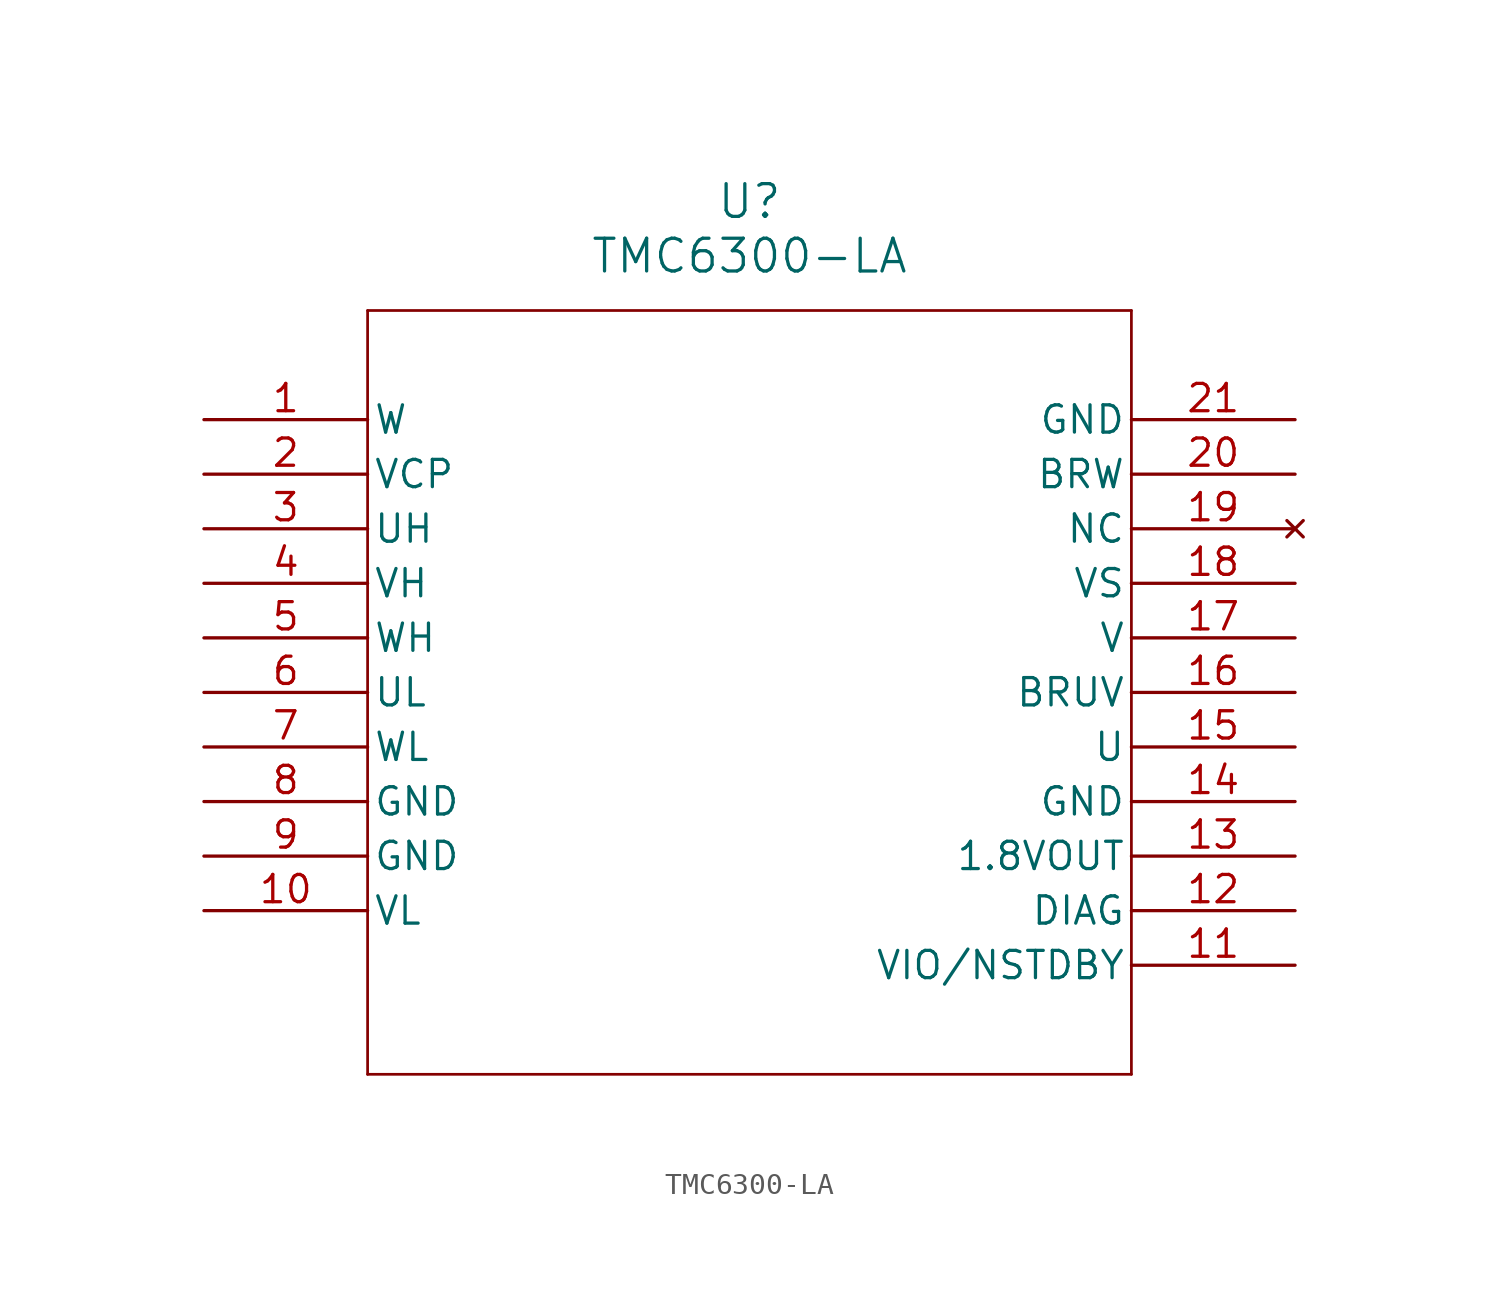
<source format=kicad_sym>
(kicad_symbol_lib
  (version 20211014)
  (generator kicad_symbol_editor)
  (symbol "TMC6300-LA"
    (pin_names
      (offset 0.254))
    (property "Reference" "U"
      (at 25.4 10.16 0)
      (effects (font (size 1.524 1.524))))
    (property "Value" "TMC6300-LA"
      (at 25.4 7.62 0)
      (effects (font (size 1.524 1.524))))
    (symbol "TMC6300-LA_0_1"
      (polyline (pts (xy 7.62 5.08) (xy 7.62 -30.48)) (stroke (width 0.127) (type default) (color 0 0 0 0)) (fill (type none)))
      (polyline (pts (xy 7.62 -30.48) (xy 43.18 -30.48)) (stroke (width 0.127) (type default) (color 0 0 0 0)) (fill (type none)))
      (polyline (pts (xy 43.18 -30.48) (xy 43.18 5.08)) (stroke (width 0.127) (type default) (color 0 0 0 0)) (fill (type none)))
      (polyline (pts (xy 43.18 5.08) (xy 7.62 5.08)) (stroke (width 0.127) (type default) (color 0 0 0 0)) (fill (type none)))
      (pin output line (at 0 0 0) (length 7.62) (name "W" (effects (font (size 1.27 1.27)))) (number "1" (effects (font (size 1.27 1.27)))))
      (pin power_in line (at 0 -2.54 0) (length 7.62) (name "VCP" (effects (font (size 1.27 1.27)))) (number "2" (effects (font (size 1.27 1.27)))))
      (pin input line (at 0 -5.08 0) (length 7.62) (name "UH" (effects (font (size 1.27 1.27)))) (number "3" (effects (font (size 1.27 1.27)))))
      (pin input line (at 0 -7.62 0) (length 7.62) (name "VH" (effects (font (size 1.27 1.27)))) (number "4" (effects (font (size 1.27 1.27)))))
      (pin input line (at 0 -10.16 0) (length 7.62) (name "WH" (effects (font (size 1.27 1.27)))) (number "5" (effects (font (size 1.27 1.27)))))
      (pin input line (at 0 -12.7 0) (length 7.62) (name "UL" (effects (font (size 1.27 1.27)))) (number "6" (effects (font (size 1.27 1.27)))))
      (pin input line (at 0 -15.24 0) (length 7.62) (name "WL" (effects (font (size 1.27 1.27)))) (number "7" (effects (font (size 1.27 1.27)))))
      (pin power_out line (at 0 -17.78 0) (length 7.62) (name "GND" (effects (font (size 1.27 1.27)))) (number "8" (effects (font (size 1.27 1.27)))))
      (pin power_out line (at 0 -20.32 0) (length 7.62) (name "GND" (effects (font (size 1.27 1.27)))) (number "9" (effects (font (size 1.27 1.27)))))
      (pin input line (at 0 -22.86 0) (length 7.62) (name "VL" (effects (font (size 1.27 1.27)))) (number "10" (effects (font (size 1.27 1.27)))))
      (pin power_in line (at 50.8 -25.4 180) (length 7.62) (name "VIO/NSTDBY" (effects (font (size 1.27 1.27)))) (number "11" (effects (font (size 1.27 1.27)))))
      (pin output line (at 50.8 -22.86 180) (length 7.62) (name "DIAG" (effects (font (size 1.27 1.27)))) (number "12" (effects (font (size 1.27 1.27)))))
      (pin power_in line (at 50.8 -20.32 180) (length 7.62) (name "1.8VOUT" (effects (font (size 1.27 1.27)))) (number "13" (effects (font (size 1.27 1.27)))))
      (pin power_out line (at 50.8 -17.78 180) (length 7.62) (name "GND" (effects (font (size 1.27 1.27)))) (number "14" (effects (font (size 1.27 1.27)))))
      (pin output line (at 50.8 -15.24 180) (length 7.62) (name "U" (effects (font (size 1.27 1.27)))) (number "15" (effects (font (size 1.27 1.27)))))
      (pin unspecified line (at 50.8 -12.7 180) (length 7.62) (name "BRUV" (effects (font (size 1.27 1.27)))) (number "16" (effects (font (size 1.27 1.27)))))
      (pin output line (at 50.8 -10.16 180) (length 7.62) (name "V" (effects (font (size 1.27 1.27)))) (number "17" (effects (font (size 1.27 1.27)))))
      (pin power_in line (at 50.8 -7.62 180) (length 7.62) (name "VS" (effects (font (size 1.27 1.27)))) (number "18" (effects (font (size 1.27 1.27)))))
      (pin no_connect line (at 50.8 -5.08 180) (length 7.62) (name "NC" (effects (font (size 1.27 1.27)))) (number "19" (effects (font (size 1.27 1.27)))))
      (pin unspecified line (at 50.8 -2.54 180) (length 7.62) (name "BRW" (effects (font (size 1.27 1.27)))) (number "20" (effects (font (size 1.27 1.27)))))
      (pin power_out line (at 50.8 0 180) (length 7.62) (name "GND" (effects (font (size 1.27 1.27)))) (number "21" (effects (font (size 1.27 1.27))))))))
</source>
